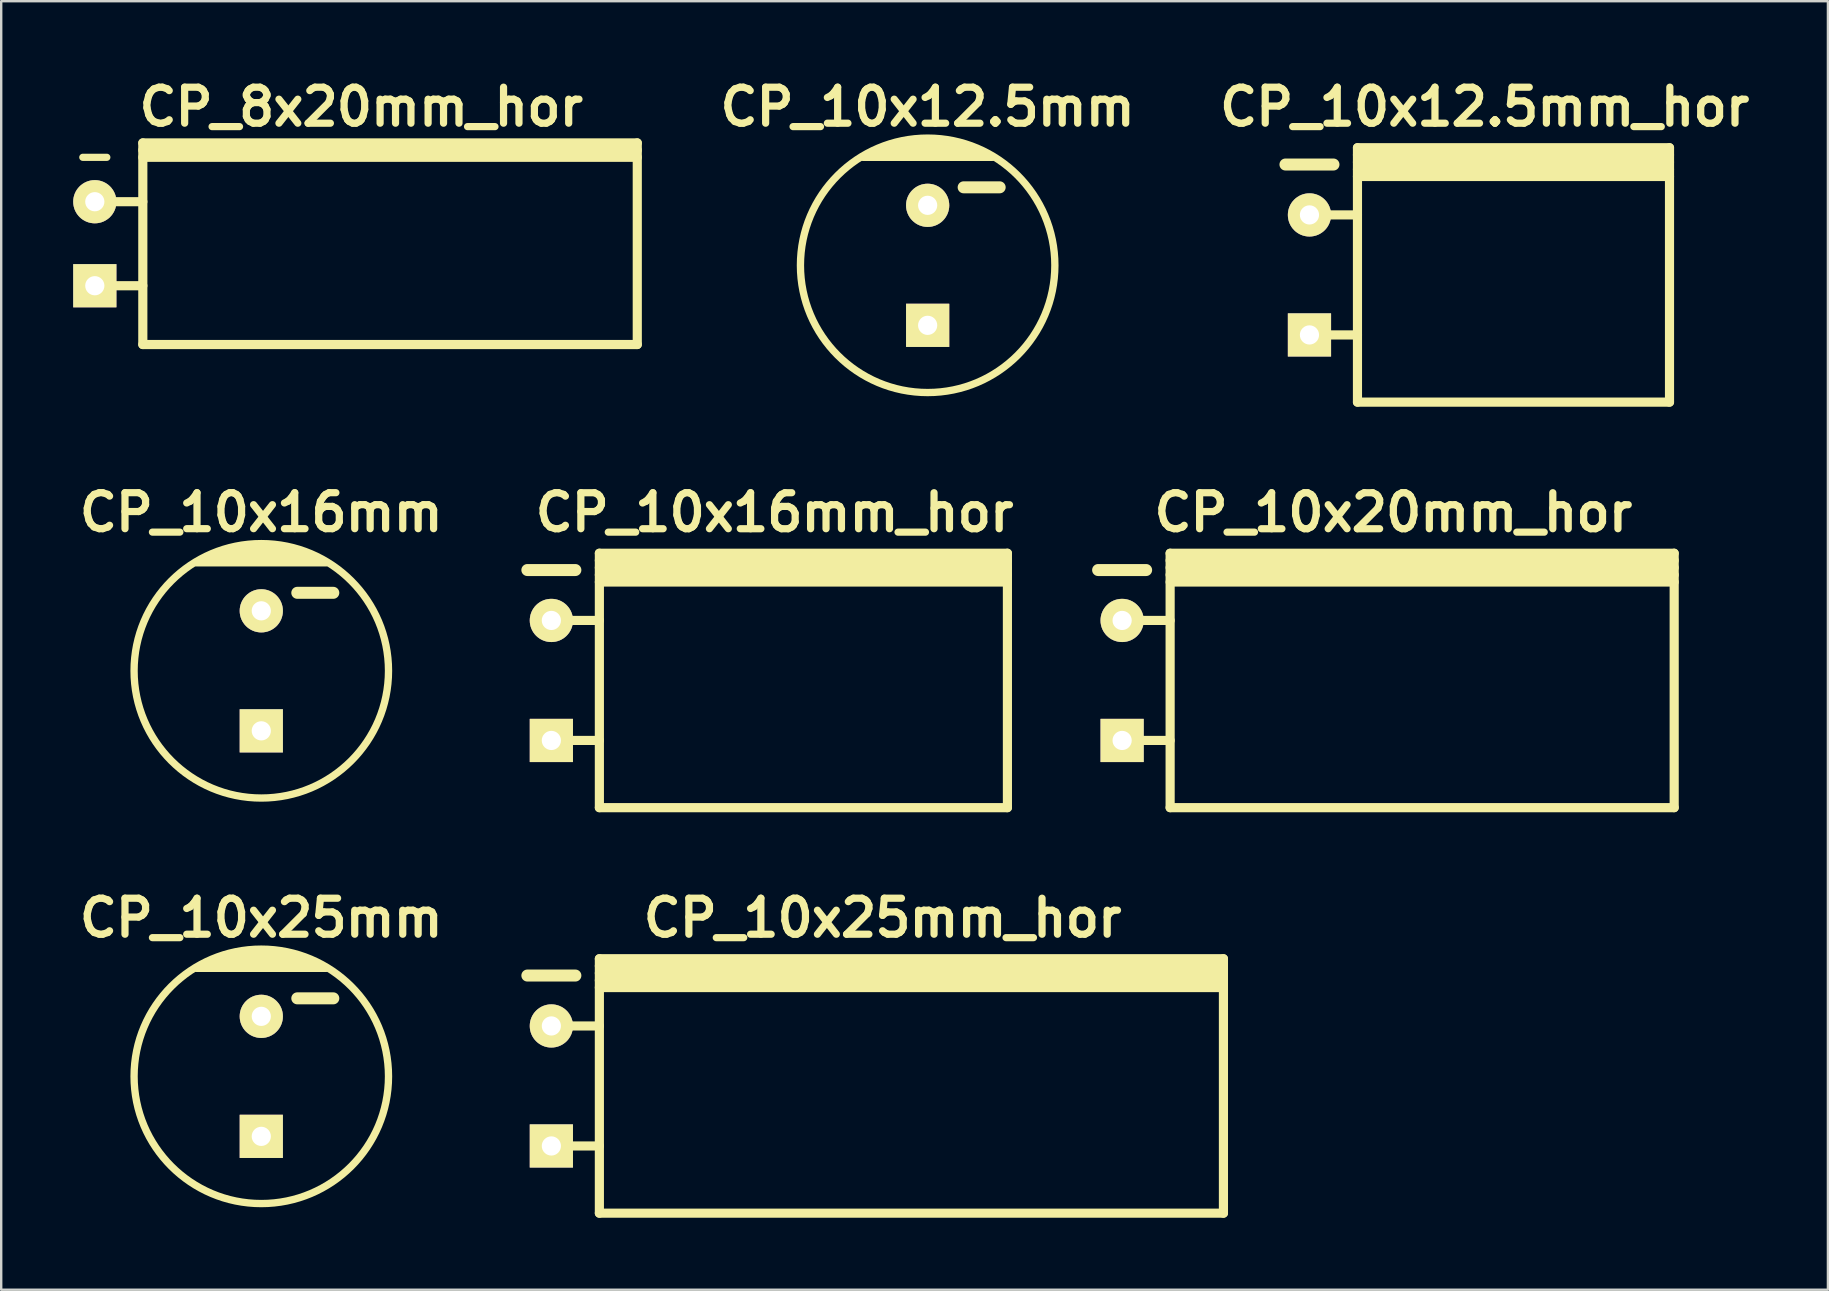
<source format=kicad_pcb>
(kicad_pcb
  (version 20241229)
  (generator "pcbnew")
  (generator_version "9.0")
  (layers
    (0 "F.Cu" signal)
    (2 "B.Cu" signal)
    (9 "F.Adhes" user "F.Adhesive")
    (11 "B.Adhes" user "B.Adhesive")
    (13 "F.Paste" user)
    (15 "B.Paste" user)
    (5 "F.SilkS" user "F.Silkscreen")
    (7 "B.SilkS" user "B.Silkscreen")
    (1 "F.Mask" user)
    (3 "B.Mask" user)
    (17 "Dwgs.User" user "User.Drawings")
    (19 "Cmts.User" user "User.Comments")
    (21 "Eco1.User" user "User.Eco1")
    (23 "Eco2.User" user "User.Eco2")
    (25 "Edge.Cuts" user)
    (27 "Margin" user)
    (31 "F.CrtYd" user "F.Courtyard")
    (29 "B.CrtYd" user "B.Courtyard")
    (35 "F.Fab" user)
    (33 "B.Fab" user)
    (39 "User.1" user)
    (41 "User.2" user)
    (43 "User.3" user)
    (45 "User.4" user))
  (footprint "CP_10x16mm_hor"
    (layer "F.Cu")
    (at 29.221 25.299)
    (property "Reference" "CP_10x16mm_hor" (at 0 -7 0) (layer "F.SilkS") (effects (font (size 1.5 1.5) (thickness 0.3))))
    (attr through_hole)
    (fp_line (start -10.3 -4.6) (end -8.3 -4.6) (stroke (width 0.5) (type solid)) (layer "F.SilkS"))
    (fp_line (start -9.3 -2.5) (end -7.3 -2.5) (stroke (width 0.381) (type solid)) (layer "F.SilkS"))
    (fp_line (start -9.3 2.5) (end -7.3 2.5) (stroke (width 0.381) (type solid)) (layer "F.SilkS"))
    (fp_line (start -7.3 -5) (end 9.7 -5) (stroke (width 0.381) (type solid)) (layer "F.SilkS"))
    (fp_line (start -7.3 -4.7) (end 9.7 -4.7) (stroke (width 0.381) (type solid)) (layer "F.SilkS"))
    (fp_line (start -7.3 -4.4) (end 9.7 -4.4) (stroke (width 0.381) (type solid)) (layer "F.SilkS"))
    (fp_line (start -7.3 -4.1) (end 9.7 -4.1) (stroke (width 0.381) (type solid)) (layer "F.SilkS"))
    (fp_line (start -7.3 5.3) (end -7.3 -5.3) (stroke (width 0.381) (type solid)) (layer "F.SilkS"))
    (fp_line (start 9.7 -5.3) (end -7.3 -5.3) (stroke (width 0.381) (type solid)) (layer "F.SilkS"))
    (fp_line (start 9.7 -5.3) (end 9.7 5.3) (stroke (width 0.381) (type solid)) (layer "F.SilkS"))
    (fp_line (start 9.7 5.3) (end -7.3 5.3) (stroke (width 0.381) (type solid)) (layer "F.SilkS"))
    (pad "1" thru_hole rect (at -9.3 2.5) (size 1.8 1.8) (drill 0.8) (layers "*.Cu" "*.Mask" "F.SilkS"))
    (pad "2" thru_hole circle (at -9.3 -2.5) (size 1.8 1.8) (drill 0.8) (layers "*.Cu" "*.Mask" "F.SilkS")))
  (footprint "CP_10x16mm"
    (layer "F.Cu")
    (at 7.836 24.898)
    (property "Reference" "CP_10x16mm" (at 0 -6.6 0) (layer "F.SilkS") (effects (font (size 1.5 1.5) (thickness 0.3))))
    (attr through_hole)
    (fp_line (start -2.7 -4.5) (end 2.7 -4.5) (stroke (width 0.305) (type solid)) (layer "F.SilkS"))
    (fp_line (start -1.3 -5.1) (end 1.3 -5.1) (stroke (width 0.305) (type solid)) (layer "F.SilkS"))
    (fp_line (start 1.5 -3.25) (end 3 -3.25) (stroke (width 0.5) (type solid)) (layer "F.SilkS"))
    (fp_line (start 1.9 -4.9) (end -1.9 -4.9) (stroke (width 0.305) (type solid)) (layer "F.SilkS"))
    (fp_line (start 2.3 -4.7) (end -2.3 -4.7) (stroke (width 0.305) (type solid)) (layer "F.SilkS"))
    (fp_circle (center 0 0) (end -5.3 0) (stroke (width 0.305) (type solid)) (fill no) (layer "F.SilkS"))
    (pad "1" thru_hole rect (at 0 2.5) (size 1.8 1.8) (drill 0.8) (layers "*.Cu" "*.Mask" "F.SilkS"))
    (pad "2" thru_hole circle (at 0 -2.5) (size 1.8 1.8) (drill 0.8) (layers "*.Cu" "*.Mask" "F.SilkS")))
  (footprint "CP_10x25mm_hor"
    (layer "F.Cu")
    (at 33.721 42.193)
    (property "Reference" "CP_10x25mm_hor" (at 0 -7 0) (layer "F.SilkS") (effects (font (size 1.5 1.5) (thickness 0.3))))
    (attr through_hole)
    (fp_line (start -14.8 -4.6) (end -12.8 -4.6) (stroke (width 0.5) (type solid)) (layer "F.SilkS"))
    (fp_line (start -13.8 -2.5) (end -11.8 -2.5) (stroke (width 0.381) (type solid)) (layer "F.SilkS"))
    (fp_line (start -13.8 2.5) (end -11.8 2.5) (stroke (width 0.381) (type solid)) (layer "F.SilkS"))
    (fp_line (start -11.8 -5) (end 14.2 -5) (stroke (width 0.381) (type solid)) (layer "F.SilkS"))
    (fp_line (start -11.8 -4.7) (end 14.2 -4.7) (stroke (width 0.381) (type solid)) (layer "F.SilkS"))
    (fp_line (start -11.8 -4.4) (end 14.2 -4.4) (stroke (width 0.381) (type solid)) (layer "F.SilkS"))
    (fp_line (start -11.8 -4.1) (end 14.2 -4.1) (stroke (width 0.381) (type solid)) (layer "F.SilkS"))
    (fp_line (start -11.8 5.3) (end -11.8 -5.3) (stroke (width 0.381) (type solid)) (layer "F.SilkS"))
    (fp_line (start 14.2 -5.3) (end -11.8 -5.3) (stroke (width 0.381) (type solid)) (layer "F.SilkS"))
    (fp_line (start 14.2 -5.3) (end 14.2 5.3) (stroke (width 0.381) (type solid)) (layer "F.SilkS"))
    (fp_line (start 14.2 5.3) (end -11.8 5.3) (stroke (width 0.381) (type solid)) (layer "F.SilkS"))
    (pad "1" thru_hole rect (at -13.8 2.5) (size 1.8 1.8) (drill 0.8) (layers "*.Cu" "*.Mask" "F.SilkS"))
    (pad "2" thru_hole circle (at -13.8 -2.5) (size 1.8 1.8) (drill 0.8) (layers "*.Cu" "*.Mask" "F.SilkS")))
  (footprint "CP_10x20mm_hor"
    (layer "F.Cu")
    (at 55 25.299)
    (property "Reference" "CP_10x20mm_hor" (at 0 -7 0) (layer "F.SilkS") (effects (font (size 1.5 1.5) (thickness 0.3))))
    (attr through_hole)
    (fp_line (start -12.3 -4.6) (end -10.3 -4.6) (stroke (width 0.5) (type solid)) (layer "F.SilkS"))
    (fp_line (start -11.3 -2.5) (end -9.3 -2.5) (stroke (width 0.381) (type solid)) (layer "F.SilkS"))
    (fp_line (start -11.3 2.5) (end -9.3 2.5) (stroke (width 0.381) (type solid)) (layer "F.SilkS"))
    (fp_line (start -9.3 -5) (end 11.7 -5) (stroke (width 0.381) (type solid)) (layer "F.SilkS"))
    (fp_line (start -9.3 -4.7) (end 11.7 -4.7) (stroke (width 0.381) (type solid)) (layer "F.SilkS"))
    (fp_line (start -9.3 -4.4) (end 11.7 -4.4) (stroke (width 0.381) (type solid)) (layer "F.SilkS"))
    (fp_line (start -9.3 -4.1) (end 11.7 -4.1) (stroke (width 0.381) (type solid)) (layer "F.SilkS"))
    (fp_line (start -9.3 5.3) (end -9.3 -5.3) (stroke (width 0.381) (type solid)) (layer "F.SilkS"))
    (fp_line (start 11.7 -5.3) (end -9.3 -5.3) (stroke (width 0.381) (type solid)) (layer "F.SilkS"))
    (fp_line (start 11.7 -5.3) (end 11.7 5.3) (stroke (width 0.381) (type solid)) (layer "F.SilkS"))
    (fp_line (start 11.7 5.3) (end -9.3 5.3) (stroke (width 0.381) (type solid)) (layer "F.SilkS"))
    (pad "1" thru_hole rect (at -11.3 2.5) (size 1.8 1.8) (drill 0.8) (layers "*.Cu" "*.Mask" "F.SilkS"))
    (pad "2" thru_hole circle (at -11.3 -2.5) (size 1.8 1.8) (drill 0.8) (layers "*.Cu" "*.Mask" "F.SilkS")))
  (footprint "CP_8x20mm_hor"
    (layer "F.Cu")
    (at 12 7.104)
    (property "Reference" "CP_8x20mm_hor" (at 0 -5.7 0) (layer "F.SilkS") (effects (font (size 1.5 1.5) (thickness 0.3))))
    (attr through_hole)
    (fp_line (start -11.6 -3.6) (end -10.6 -3.6) (stroke (width 0.3) (type solid)) (layer "F.SilkS"))
    (fp_line (start -11.1 -1.75) (end -9.1 -1.75) (stroke (width 0.381) (type solid)) (layer "F.SilkS"))
    (fp_line (start -11.1 1.75) (end -9.1 1.75) (stroke (width 0.381) (type solid)) (layer "F.SilkS"))
    (fp_line (start -9.1 -3.9) (end 11.5 -3.9) (stroke (width 0.381) (type solid)) (layer "F.SilkS"))
    (fp_line (start -9.1 -3.6) (end 11.5 -3.6) (stroke (width 0.381) (type solid)) (layer "F.SilkS"))
    (fp_line (start -9.1 4.2) (end -9.1 -4.2) (stroke (width 0.381) (type solid)) (layer "F.SilkS"))
    (fp_line (start 11.5 -4.2) (end -9.1 -4.2) (stroke (width 0.381) (type solid)) (layer "F.SilkS"))
    (fp_line (start 11.5 -4.2) (end 11.5 4.2) (stroke (width 0.381) (type solid)) (layer "F.SilkS"))
    (fp_line (start 11.5 4.2) (end -9.1 4.2) (stroke (width 0.381) (type solid)) (layer "F.SilkS"))
    (pad "1" thru_hole rect (at -11.1 1.75) (size 1.8 1.8) (drill 0.8) (layers "*.Cu" "*.Mask" "F.SilkS"))
    (pad "2" thru_hole circle (at -11.1 -1.75) (size 1.8 1.8) (drill 0.8) (layers "*.Cu" "*.Mask" "F.SilkS")))
  (footprint "CP_10x12.5mm_hor"
    (layer "F.Cu")
    (at 58.805 8.404)
    (property "Reference" "CP_10x12.5mm_hor" (at 0 -7 0) (layer "F.SilkS") (effects (font (size 1.5 1.5) (thickness 0.3))))
    (attr through_hole)
    (fp_line (start -8.3 -4.6) (end -6.3 -4.6) (stroke (width 0.5) (type solid)) (layer "F.SilkS"))
    (fp_line (start -7.3 -2.5) (end -5.3 -2.5) (stroke (width 0.381) (type solid)) (layer "F.SilkS"))
    (fp_line (start -7.3 2.5) (end -5.3 2.5) (stroke (width 0.381) (type solid)) (layer "F.SilkS"))
    (fp_line (start -5.3 -5) (end 7.7 -5) (stroke (width 0.381) (type solid)) (layer "F.SilkS"))
    (fp_line (start -5.3 -4.7) (end 7.7 -4.7) (stroke (width 0.381) (type solid)) (layer "F.SilkS"))
    (fp_line (start -5.3 -4.4) (end 7.7 -4.4) (stroke (width 0.381) (type solid)) (layer "F.SilkS"))
    (fp_line (start -5.3 -4.1) (end 7.7 -4.1) (stroke (width 0.381) (type solid)) (layer "F.SilkS"))
    (fp_line (start -5.3 5.3) (end -5.3 -5.3) (stroke (width 0.381) (type solid)) (layer "F.SilkS"))
    (fp_line (start 7.7 -5.3) (end -5.3 -5.3) (stroke (width 0.381) (type solid)) (layer "F.SilkS"))
    (fp_line (start 7.7 -5.3) (end 7.7 5.3) (stroke (width 0.381) (type solid)) (layer "F.SilkS"))
    (fp_line (start 7.7 5.3) (end -5.3 5.3) (stroke (width 0.381) (type solid)) (layer "F.SilkS"))
    (pad "1" thru_hole rect (at -7.3 2.5) (size 1.8 1.8) (drill 0.8) (layers "*.Cu" "*.Mask" "F.SilkS"))
    (pad "2" thru_hole circle (at -7.3 -2.5) (size 1.8 1.8) (drill 0.8) (layers "*.Cu" "*.Mask" "F.SilkS")))
  (footprint "CP_10x12.5mm"
    (layer "F.Cu")
    (at 35.598 8.004)
    (property "Reference" "CP_10x12.5mm" (at 0 -6.6 0) (layer "F.SilkS") (effects (font (size 1.5 1.5) (thickness 0.3))))
    (attr through_hole)
    (fp_line (start -2.7 -4.5) (end 2.7 -4.5) (stroke (width 0.305) (type solid)) (layer "F.SilkS"))
    (fp_line (start -1.3 -5.1) (end 1.3 -5.1) (stroke (width 0.305) (type solid)) (layer "F.SilkS"))
    (fp_line (start 1.5 -3.25) (end 3 -3.25) (stroke (width 0.5) (type solid)) (layer "F.SilkS"))
    (fp_line (start 1.9 -4.9) (end -1.9 -4.9) (stroke (width 0.305) (type solid)) (layer "F.SilkS"))
    (fp_line (start 2.3 -4.7) (end -2.3 -4.7) (stroke (width 0.305) (type solid)) (layer "F.SilkS"))
    (fp_circle (center 0 0) (end -5.3 0) (stroke (width 0.305) (type solid)) (fill no) (layer "F.SilkS"))
    (pad "1" thru_hole rect (at 0 2.5) (size 1.8 1.8) (drill 0.8) (layers "*.Cu" "*.Mask" "F.SilkS"))
    (pad "2" thru_hole circle (at 0 -2.5) (size 1.8 1.8) (drill 0.8) (layers "*.Cu" "*.Mask" "F.SilkS")))
  (footprint "CP_10x25mm"
    (layer "F.Cu")
    (at 7.836 41.793)
    (property "Reference" "CP_10x25mm" (at 0 -6.6 0) (layer "F.SilkS") (effects (font (size 1.5 1.5) (thickness 0.3))))
    (attr through_hole)
    (fp_line (start -2.7 -4.5) (end 2.7 -4.5) (stroke (width 0.305) (type solid)) (layer "F.SilkS"))
    (fp_line (start -1.3 -5.1) (end 1.3 -5.1) (stroke (width 0.305) (type solid)) (layer "F.SilkS"))
    (fp_line (start 1.5 -3.25) (end 3 -3.25) (stroke (width 0.5) (type solid)) (layer "F.SilkS"))
    (fp_line (start 1.9 -4.9) (end -1.9 -4.9) (stroke (width 0.305) (type solid)) (layer "F.SilkS"))
    (fp_line (start 2.3 -4.7) (end -2.3 -4.7) (stroke (width 0.305) (type solid)) (layer "F.SilkS"))
    (fp_circle (center 0 0) (end -5.3 0) (stroke (width 0.305) (type solid)) (fill no) (layer "F.SilkS"))
    (pad "1" thru_hole rect (at 0 2.5) (size 1.8 1.8) (drill 0.8) (layers "*.Cu" "*.Mask" "F.SilkS"))
    (pad "2" thru_hole circle (at 0 -2.5) (size 1.8 1.8) (drill 0.8) (layers "*.Cu" "*.Mask" "F.SilkS")))
  (gr_rect
    (start -3 -3)
    (end 73.105 50.684)
    (stroke (width 0.1) (type default))
    (fill no)
    (layer "Edge.Cuts")))
</source>
